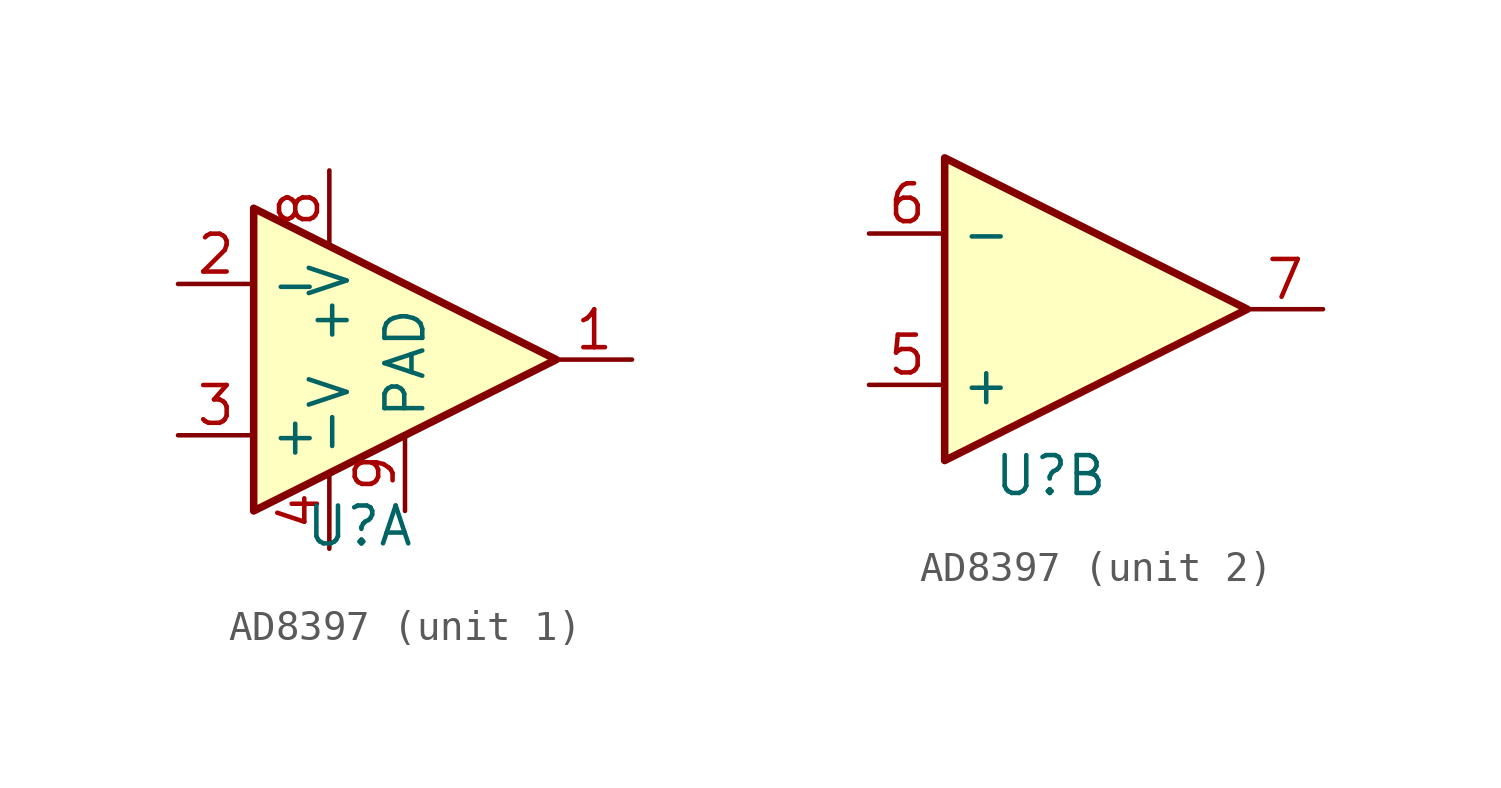
<source format=kicad_sym>
(kicad_symbol_lib
  (version 20231120)
  (generator "kicad_symbol_editor")
  (generator_version "8.0")
  (symbol "AD8397"
    (property "Reference" "U"
      (at -0.254 -5.588 0)
      (effects (font (size 1.27 1.27))))
    (property "ki_locked" ""
      (at 0 0 0)
      (effects (font (size 1.27 1.27))))
    (symbol "AD8397_0_1"
      (polyline (pts (xy -3.81 5.08) (xy 6.35 0) (xy -3.81 -5.08) (xy -3.81 5.08)) (stroke (width 0.254) (type default)) (fill (type background))))
    (symbol "AD8397_1_1"
      (pin output line (at 8.89 0 180) (length 2.54) (name "" (effects (font (size 1.27 1.27)))) (number "1" (effects (font (size 1.27 1.27)))))
      (pin input line (at -6.35 2.54 0) (length 2.54) (name "-" (effects (font (size 1.27 1.27)))) (number "2" (effects (font (size 1.27 1.27)))))
      (pin output line (at -6.35 -2.54 0) (length 2.54) (name "+" (effects (font (size 1.27 1.27)))) (number "3" (effects (font (size 1.27 1.27)))))
      (pin power_in line (at -1.27 -6.35 90) (length 2.54) (name "-V" (effects (font (size 1.27 1.27)))) (number "4" (effects (font (size 1.27 1.27)))))
      (pin power_in line (at -1.27 6.35 270) (length 2.54) (name "+V" (effects (font (size 1.27 1.27)))) (number "8" (effects (font (size 1.27 1.27)))))
      (pin power_in line (at 1.27 -5.08 90) (length 2.54) (name "PAD" (effects (font (size 1.27 1.27)))) (number "9" (effects (font (size 1.27 1.27))))))
    (symbol "AD8397_2_1"
      (pin output line (at -6.35 -2.54 0) (length 2.54) (name "+" (effects (font (size 1.27 1.27)))) (number "5" (effects (font (size 1.27 1.27)))))
      (pin input line (at -6.35 2.54 0) (length 2.54) (name "-" (effects (font (size 1.27 1.27)))) (number "6" (effects (font (size 1.27 1.27)))))
      (pin output line (at 8.89 0 180) (length 2.54) (name "" (effects (font (size 1.27 1.27)))) (number "7" (effects (font (size 1.27 1.27))))))))
</source>
